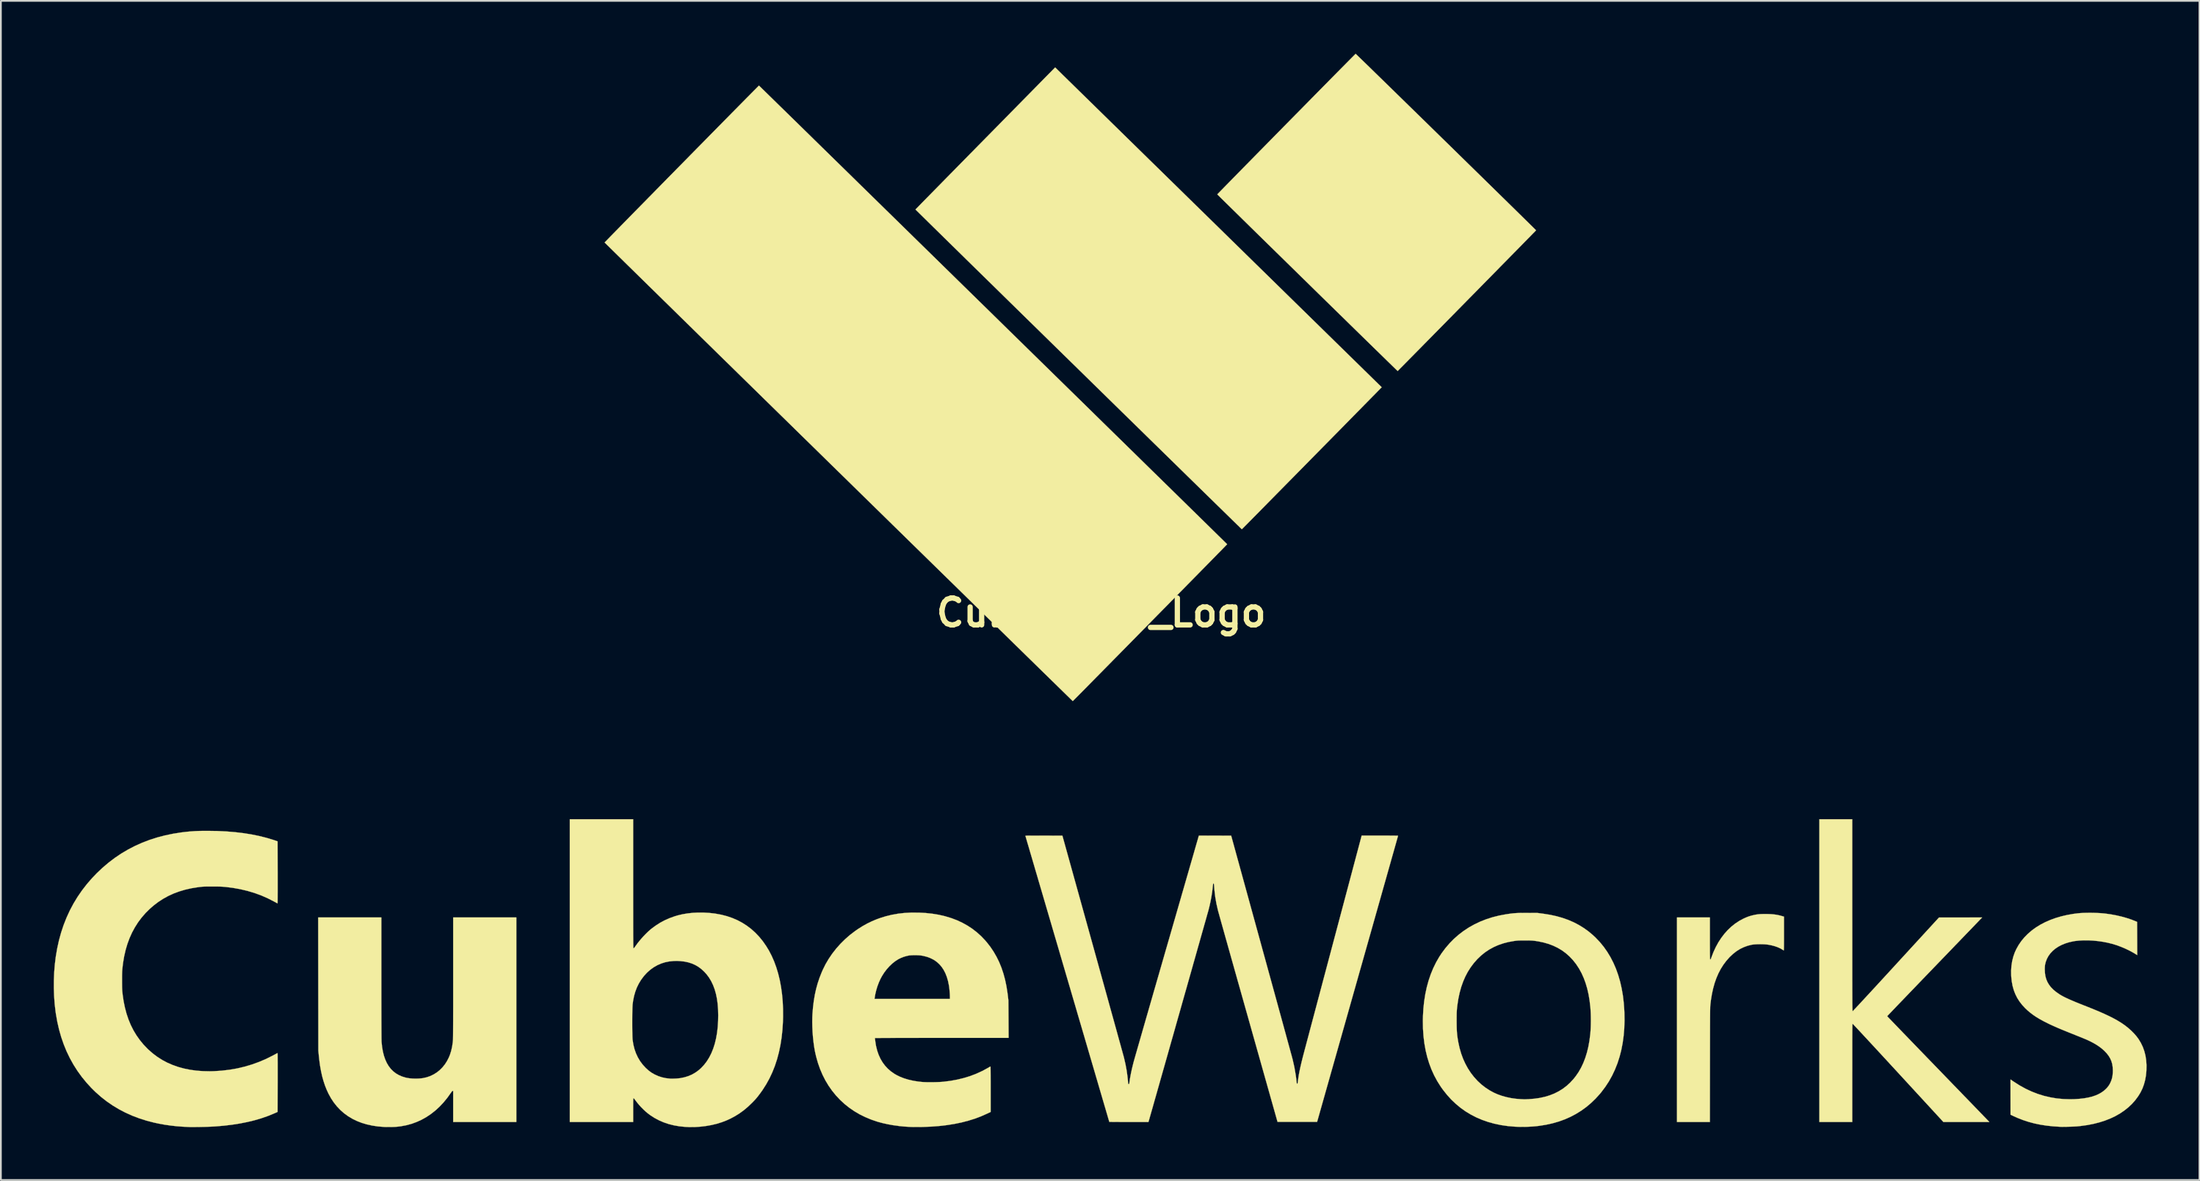
<source format=kicad_pcb>
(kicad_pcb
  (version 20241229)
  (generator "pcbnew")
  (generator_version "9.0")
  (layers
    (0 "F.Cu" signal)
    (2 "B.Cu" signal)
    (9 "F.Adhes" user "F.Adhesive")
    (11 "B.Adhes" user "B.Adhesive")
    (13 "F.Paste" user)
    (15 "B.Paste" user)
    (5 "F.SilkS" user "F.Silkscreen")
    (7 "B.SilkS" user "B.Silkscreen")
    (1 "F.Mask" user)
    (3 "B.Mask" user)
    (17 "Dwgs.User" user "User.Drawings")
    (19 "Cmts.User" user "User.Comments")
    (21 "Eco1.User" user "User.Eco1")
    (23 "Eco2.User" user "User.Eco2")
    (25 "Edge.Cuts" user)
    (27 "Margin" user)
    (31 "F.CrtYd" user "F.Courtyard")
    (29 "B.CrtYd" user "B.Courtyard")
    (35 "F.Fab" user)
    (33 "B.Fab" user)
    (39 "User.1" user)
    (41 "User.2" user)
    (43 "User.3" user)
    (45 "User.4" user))
  (footprint "CubeWorks_Logo"
    (layer "F.Cu")
    (at 59.428 31.727)
    (property "Reference" "CubeWorks_Logo" (at 0 0 0) (layer "F.SilkS") (effects (font (size 1.524 1.524) (thickness 0.3))))
    (attr through_hole)
    (fp_poly (pts (xy -40.843 20.742) (xy -40.843 21.147) (xy -40.843 21.529) (xy -40.843 21.888) (xy -40.842 22.224) (xy -40.842 22.535) (xy -40.841 22.823) (xy -40.841 23.086) (xy -40.84 23.326) (xy -40.839 23.541) (xy -40.838 23.732) (xy -40.837 23.898) (xy -40.836 24.04) (xy -40.835 24.157) (xy -40.833 24.249) (xy -40.832 24.315) (xy -40.83 24.357) (xy -40.83 24.364) (xy -40.801 24.642) (xy -40.757 24.9) (xy -40.698 25.138) (xy -40.624 25.355) (xy -40.534 25.553) (xy -40.429 25.73) (xy -40.309 25.888) (xy -40.173 26.026) (xy -40.021 26.144) (xy -39.853 26.243) (xy -39.67 26.323) (xy -39.471 26.384) (xy -39.387 26.403) (xy -39.235 26.427) (xy -39.068 26.441) (xy -38.894 26.446) (xy -38.72 26.441) (xy -38.555 26.426) (xy -38.481 26.416) (xy -38.268 26.368) (xy -38.066 26.298) (xy -37.874 26.205) (xy -37.694 26.092) (xy -37.527 25.958) (xy -37.375 25.805) (xy -37.237 25.634) (xy -37.116 25.445) (xy -37.011 25.239) (xy -36.95 25.089) (xy -36.883 24.877) (xy -36.83 24.645) (xy -36.792 24.395) (xy -36.78 24.274) (xy -36.778 24.243) (xy -36.777 24.19) (xy -36.776 24.113) (xy -36.774 24.012) (xy -36.773 23.888) (xy -36.772 23.74) (xy -36.771 23.568) (xy -36.77 23.372) (xy -36.769 23.152) (xy -36.769 22.908) (xy -36.768 22.639) (xy -36.767 22.346) (xy -36.767 22.028) (xy -36.767 21.685) (xy -36.767 21.317) (xy -36.767 20.923) (xy -36.767 20.708) (xy -36.767 17.297) (xy -33.185 17.297) (xy -33.185 28.905) (xy -36.767 28.905) (xy -36.767 27.14) (xy -36.795 27.14) (xy -36.813 27.147) (xy -36.836 27.167) (xy -36.866 27.205) (xy -36.894 27.245) (xy -37.099 27.532) (xy -37.315 27.796) (xy -37.543 28.038) (xy -37.781 28.257) (xy -38.031 28.453) (xy -38.291 28.627) (xy -38.561 28.778) (xy -38.842 28.906) (xy -39.133 29.011) (xy -39.433 29.092) (xy -39.743 29.15) (xy -39.917 29.171) (xy -40.01 29.179) (xy -40.121 29.185) (xy -40.244 29.189) (xy -40.374 29.19) (xy -40.502 29.19) (xy -40.622 29.188) (xy -40.697 29.185) (xy -41.034 29.158) (xy -41.356 29.11) (xy -41.662 29.043) (xy -41.952 28.957) (xy -42.227 28.85) (xy -42.486 28.724) (xy -42.728 28.578) (xy -42.955 28.413) (xy -43.165 28.229) (xy -43.359 28.025) (xy -43.537 27.802) (xy -43.698 27.559) (xy -43.842 27.298) (xy -43.941 27.084) (xy -44.039 26.838) (xy -44.125 26.58) (xy -44.201 26.307) (xy -44.265 26.017) (xy -44.32 25.709) (xy -44.364 25.381) (xy -44.389 25.152) (xy -44.417 24.86) (xy -44.426 17.297) (xy -40.843 17.297) (xy -40.843 20.742)) (stroke (width 0.01) (type solid)) (fill yes) (layer "F.SilkS"))
    (fp_poly (pts (xy 37.836 17.103) (xy 37.991 17.109) (xy 38.13 17.12) (xy 38.258 17.136) (xy 38.381 17.157) (xy 38.502 17.185) (xy 38.598 17.211) (xy 38.735 17.25) (xy 38.735 18.214) (xy 38.735 18.4) (xy 38.735 18.561) (xy 38.734 18.7) (xy 38.734 18.818) (xy 38.733 18.916) (xy 38.732 18.996) (xy 38.73 19.058) (xy 38.728 19.106) (xy 38.726 19.139) (xy 38.724 19.159) (xy 38.721 19.169) (xy 38.719 19.169) (xy 38.7 19.157) (xy 38.668 19.136) (xy 38.652 19.126) (xy 38.526 19.052) (xy 38.378 18.985) (xy 38.212 18.927) (xy 38.031 18.879) (xy 37.837 18.841) (xy 37.821 18.839) (xy 37.729 18.828) (xy 37.62 18.82) (xy 37.5 18.815) (xy 37.375 18.814) (xy 37.249 18.816) (xy 37.13 18.821) (xy 37.023 18.829) (xy 36.933 18.841) (xy 36.906 18.845) (xy 36.676 18.902) (xy 36.456 18.982) (xy 36.247 19.083) (xy 36.046 19.208) (xy 35.854 19.357) (xy 35.669 19.53) (xy 35.635 19.565) (xy 35.455 19.77) (xy 35.292 19.989) (xy 35.145 20.223) (xy 35.015 20.472) (xy 34.9 20.739) (xy 34.8 21.022) (xy 34.716 21.324) (xy 34.646 21.646) (xy 34.59 21.987) (xy 34.56 22.238) (xy 34.558 22.26) (xy 34.556 22.286) (xy 34.554 22.316) (xy 34.552 22.35) (xy 34.55 22.391) (xy 34.549 22.438) (xy 34.548 22.493) (xy 34.546 22.556) (xy 34.545 22.63) (xy 34.544 22.714) (xy 34.543 22.809) (xy 34.542 22.917) (xy 34.541 23.039) (xy 34.541 23.175) (xy 34.54 23.327) (xy 34.539 23.495) (xy 34.539 23.68) (xy 34.538 23.884) (xy 34.538 24.107) (xy 34.537 24.35) (xy 34.537 24.614) (xy 34.536 24.901) (xy 34.536 25.21) (xy 34.535 25.544) (xy 34.535 25.67) (xy 34.531 28.905) (xy 32.664 28.905) (xy 32.664 17.297) (xy 34.531 17.297) (xy 34.531 18.491) (xy 34.531 18.692) (xy 34.531 18.87) (xy 34.532 19.025) (xy 34.532 19.159) (xy 34.532 19.273) (xy 34.533 19.37) (xy 34.534 19.45) (xy 34.535 19.516) (xy 34.536 19.568) (xy 34.537 19.608) (xy 34.539 19.638) (xy 34.541 19.659) (xy 34.544 19.673) (xy 34.547 19.681) (xy 34.55 19.684) (xy 34.554 19.685) (xy 34.567 19.678) (xy 34.581 19.656) (xy 34.599 19.616) (xy 34.619 19.561) (xy 34.735 19.259) (xy 34.867 18.974) (xy 35.015 18.705) (xy 35.179 18.454) (xy 35.356 18.222) (xy 35.547 18.009) (xy 35.752 17.815) (xy 35.968 17.643) (xy 36.197 17.492) (xy 36.417 17.373) (xy 36.545 17.314) (xy 36.66 17.266) (xy 36.773 17.226) (xy 36.891 17.192) (xy 36.945 17.178) (xy 37.051 17.154) (xy 37.146 17.135) (xy 37.238 17.121) (xy 37.332 17.111) (xy 37.434 17.105) (xy 37.551 17.102) (xy 37.662 17.102) (xy 37.836 17.103)) (stroke (width 0.01) (type solid)) (fill yes) (layer "F.SilkS"))
    (fp_poly (pts (xy -2.274 -30.617) (xy -2.25 -30.593) (xy -2.208 -30.551) (xy -2.148 -30.493) (xy -2.072 -30.418) (xy -1.979 -30.327) (xy -1.87 -30.22) (xy -1.745 -30.098) (xy -1.605 -29.961) (xy -1.45 -29.809) (xy -1.281 -29.643) (xy -1.097 -29.463) (xy -0.9 -29.27) (xy -0.69 -29.064) (xy -0.466 -28.845) (xy -0.231 -28.614) (xy 0.017 -28.371) (xy 0.277 -28.117) (xy 0.547 -27.852) (xy 0.829 -27.576) (xy 1.12 -27.29) (xy 1.422 -26.994) (xy 1.734 -26.689) (xy 2.054 -26.375) (xy 2.384 -26.052) (xy 2.721 -25.721) (xy 3.067 -25.383) (xy 3.42 -25.037) (xy 3.781 -24.683) (xy 4.148 -24.324) (xy 4.521 -23.958) (xy 4.901 -23.586) (xy 5.286 -23.209) (xy 5.676 -22.827) (xy 6.071 -22.44) (xy 6.47 -22.049) (xy 6.873 -21.654) (xy 6.989 -21.54) (xy 15.912 -12.797) (xy 15.662 -12.542) (xy 15.529 -12.406) (xy 15.384 -12.259) (xy 15.229 -12.101) (xy 15.064 -11.933) (xy 14.889 -11.755) (xy 14.706 -11.568) (xy 14.514 -11.374) (xy 14.315 -11.172) (xy 14.11 -10.963) (xy 13.899 -10.748) (xy 13.682 -10.527) (xy 13.461 -10.302) (xy 13.235 -10.073) (xy 13.007 -9.841) (xy 12.776 -9.606) (xy 12.542 -9.369) (xy 12.308 -9.131) (xy 12.073 -8.893) (xy 11.838 -8.654) (xy 11.604 -8.416) (xy 11.372 -8.18) (xy 11.141 -7.946) (xy 10.914 -7.715) (xy 10.689 -7.487) (xy 10.469 -7.264) (xy 10.254 -7.045) (xy 10.044 -6.832) (xy 9.841 -6.626) (xy 9.644 -6.426) (xy 9.455 -6.234) (xy 9.274 -6.05) (xy 9.102 -5.876) (xy 8.94 -5.711) (xy 8.788 -5.557) (xy 8.646 -5.414) (xy 8.517 -5.282) (xy 8.399 -5.163) (xy 8.295 -5.057) (xy 8.204 -4.965) (xy 8.127 -4.888) (xy 8.066 -4.826) (xy 8.02 -4.78) (xy 7.99 -4.75) (xy 7.978 -4.738) (xy 7.977 -4.737) (xy 7.968 -4.746) (xy 7.941 -4.772) (xy 7.896 -4.816) (xy 7.835 -4.876) (xy 7.757 -4.952) (xy 7.662 -5.044) (xy 7.552 -5.152) (xy 7.426 -5.274) (xy 7.286 -5.412) (xy 7.13 -5.564) (xy 6.96 -5.73) (xy 6.777 -5.91) (xy 6.579 -6.103) (xy 6.369 -6.309) (xy 6.145 -6.528) (xy 5.909 -6.759) (xy 5.662 -7.001) (xy 5.402 -7.255) (xy 5.131 -7.52) (xy 4.849 -7.796) (xy 4.557 -8.082) (xy 4.255 -8.379) (xy 3.943 -8.684) (xy 3.621 -8.999) (xy 3.291 -9.323) (xy 2.951 -9.655) (xy 2.604 -9.995) (xy 2.249 -10.343) (xy 1.886 -10.699) (xy 1.516 -11.061) (xy 1.139 -11.43) (xy 0.756 -11.805) (xy 0.367 -12.186) (xy -0.027 -12.573) (xy -0.427 -12.964) (xy -0.831 -13.361) (xy -1.24 -13.761) (xy -1.286 -13.807) (xy -1.696 -14.208) (xy -2.101 -14.605) (xy -2.501 -14.997) (xy -2.896 -15.384) (xy -3.286 -15.766) (xy -3.669 -16.142) (xy -4.046 -16.511) (xy -4.417 -16.875) (xy -4.78 -17.231) (xy -5.136 -17.58) (xy -5.484 -17.921) (xy -5.824 -18.255) (xy -6.155 -18.58) (xy -6.478 -18.896) (xy -6.791 -19.203) (xy -7.094 -19.5) (xy -7.387 -19.788) (xy -7.67 -20.065) (xy -7.941 -20.332) (xy -8.202 -20.588) (xy -8.451 -20.832) (xy -8.687 -21.064) (xy -8.912 -21.285) (xy -9.123 -21.493) (xy -9.322 -21.688) (xy -9.507 -21.869) (xy -9.678 -22.037) (xy -9.834 -22.191) (xy -9.976 -22.331) (xy -10.103 -22.456) (xy -10.215 -22.566) (xy -10.311 -22.66) (xy -10.39 -22.739) (xy -10.453 -22.801) (xy -10.499 -22.847) (xy -10.527 -22.875) (xy -10.538 -22.887) (xy -10.538 -22.887) (xy -10.529 -22.897) (xy -10.503 -22.924) (xy -10.46 -22.968) (xy -10.401 -23.029) (xy -10.326 -23.105) (xy -10.237 -23.197) (xy -10.133 -23.303) (xy -10.015 -23.423) (xy -9.883 -23.557) (xy -9.739 -23.704) (xy -9.583 -23.863) (xy -9.416 -24.033) (xy -9.237 -24.215) (xy -9.048 -24.408) (xy -8.849 -24.611) (xy -8.641 -24.823) (xy -8.423 -25.044) (xy -8.198 -25.273) (xy -7.965 -25.51) (xy -7.725 -25.754) (xy -7.479 -26.005) (xy -7.226 -26.261) (xy -6.969 -26.523) (xy -6.706 -26.79) (xy -6.574 -26.924) (xy -2.614 -30.951) (xy -2.274 -30.617)) (stroke (width 0.01) (type solid)) (fill yes) (layer "F.SilkS"))
    (fp_poly (pts (xy 42.608 17.17) (xy 42.609 17.614) (xy 42.609 18.033) (xy 42.609 18.428) (xy 42.609 18.8) (xy 42.609 19.149) (xy 42.609 19.476) (xy 42.609 19.782) (xy 42.609 20.067) (xy 42.609 20.333) (xy 42.609 20.58) (xy 42.609 20.808) (xy 42.61 21.019) (xy 42.61 21.213) (xy 42.61 21.391) (xy 42.611 21.553) (xy 42.611 21.7) (xy 42.612 21.833) (xy 42.612 21.953) (xy 42.613 22.06) (xy 42.613 22.155) (xy 42.614 22.238) (xy 42.615 22.311) (xy 42.616 22.374) (xy 42.617 22.428) (xy 42.618 22.474) (xy 42.619 22.512) (xy 42.62 22.542) (xy 42.621 22.567) (xy 42.623 22.585) (xy 42.624 22.599) (xy 42.625 22.608) (xy 42.627 22.614) (xy 42.629 22.617) (xy 42.631 22.618) (xy 42.631 22.618) (xy 42.641 22.609) (xy 42.668 22.581) (xy 42.711 22.536) (xy 42.77 22.474) (xy 42.843 22.397) (xy 42.93 22.303) (xy 43.031 22.195) (xy 43.145 22.072) (xy 43.271 21.936) (xy 43.409 21.786) (xy 43.559 21.625) (xy 43.719 21.451) (xy 43.889 21.267) (xy 44.068 21.072) (xy 44.257 20.867) (xy 44.453 20.653) (xy 44.658 20.431) (xy 44.869 20.2) (xy 45.087 19.963) (xy 45.091 19.958) (xy 47.53 17.299) (xy 49.977 17.297) (xy 49.736 17.548) (xy 49.707 17.579) (xy 49.66 17.627) (xy 49.598 17.692) (xy 49.521 17.772) (xy 49.429 17.867) (xy 49.323 17.977) (xy 49.205 18.1) (xy 49.074 18.235) (xy 48.933 18.382) (xy 48.781 18.54) (xy 48.62 18.708) (xy 48.449 18.884) (xy 48.271 19.07) (xy 48.086 19.262) (xy 47.894 19.461) (xy 47.696 19.666) (xy 47.494 19.876) (xy 47.288 20.09) (xy 47.078 20.308) (xy 47.042 20.345) (xy 46.835 20.56) (xy 46.633 20.77) (xy 46.437 20.974) (xy 46.246 21.173) (xy 46.062 21.364) (xy 45.885 21.547) (xy 45.717 21.723) (xy 45.558 21.889) (xy 45.408 22.045) (xy 45.268 22.19) (xy 45.139 22.324) (xy 45.023 22.446) (xy 44.918 22.555) (xy 44.827 22.651) (xy 44.749 22.732) (xy 44.686 22.798) (xy 44.638 22.849) (xy 44.606 22.882) (xy 44.591 22.899) (xy 44.59 22.901) (xy 44.598 22.91) (xy 44.624 22.938) (xy 44.666 22.982) (xy 44.724 23.042) (xy 44.797 23.118) (xy 44.884 23.209) (xy 44.985 23.314) (xy 45.099 23.432) (xy 45.226 23.564) (xy 45.364 23.707) (xy 45.513 23.862) (xy 45.673 24.027) (xy 45.842 24.203) (xy 46.021 24.388) (xy 46.208 24.582) (xy 46.403 24.784) (xy 46.606 24.993) (xy 46.814 25.209) (xy 47.029 25.431) (xy 47.249 25.658) (xy 47.463 25.88) (xy 47.688 26.112) (xy 47.907 26.339) (xy 48.122 26.561) (xy 48.331 26.778) (xy 48.534 26.987) (xy 48.73 27.189) (xy 48.917 27.384) (xy 49.097 27.569) (xy 49.267 27.745) (xy 49.428 27.911) (xy 49.578 28.067) (xy 49.717 28.21) (xy 49.844 28.342) (xy 49.959 28.461) (xy 50.061 28.567) (xy 50.149 28.658) (xy 50.223 28.734) (xy 50.282 28.795) (xy 50.325 28.84) (xy 50.351 28.868) (xy 50.361 28.878) (xy 50.385 28.905) (xy 47.779 28.905) (xy 45.217 26.121) (xy 45.008 25.894) (xy 44.803 25.672) (xy 44.604 25.455) (xy 44.41 25.245) (xy 44.222 25.041) (xy 44.042 24.846) (xy 43.869 24.659) (xy 43.704 24.481) (xy 43.549 24.314) (xy 43.404 24.156) (xy 43.268 24.011) (xy 43.144 23.877) (xy 43.032 23.756) (xy 42.932 23.649) (xy 42.845 23.556) (xy 42.772 23.479) (xy 42.714 23.416) (xy 42.67 23.371) (xy 42.643 23.343) (xy 42.632 23.332) (xy 42.632 23.332) (xy 42.629 23.332) (xy 42.627 23.335) (xy 42.624 23.34) (xy 42.622 23.349) (xy 42.62 23.364) (xy 42.619 23.384) (xy 42.617 23.411) (xy 42.616 23.446) (xy 42.615 23.491) (xy 42.614 23.545) (xy 42.613 23.61) (xy 42.612 23.687) (xy 42.611 23.776) (xy 42.611 23.88) (xy 42.61 23.999) (xy 42.61 24.133) (xy 42.609 24.284) (xy 42.609 24.453) (xy 42.609 24.641) (xy 42.609 24.849) (xy 42.609 25.077) (xy 42.609 25.327) (xy 42.609 25.6) (xy 42.609 25.897) (xy 42.608 26.117) (xy 42.608 28.905) (xy 40.742 28.905) (xy 40.742 11.722) (xy 42.608 11.722) (xy 42.608 17.17)) (stroke (width 0.01) (type solid)) (fill yes) (layer "F.SilkS"))
    (fp_poly (pts (xy 14.443 -31.714) (xy 14.471 -31.688) (xy 14.515 -31.645) (xy 14.575 -31.587) (xy 14.651 -31.514) (xy 14.743 -31.425) (xy 14.848 -31.323) (xy 14.967 -31.207) (xy 15.1 -31.078) (xy 15.245 -30.937) (xy 15.401 -30.784) (xy 15.569 -30.62) (xy 15.748 -30.446) (xy 15.937 -30.262) (xy 16.135 -30.068) (xy 16.342 -29.866) (xy 16.557 -29.656) (xy 16.779 -29.439) (xy 17.008 -29.215) (xy 17.244 -28.984) (xy 17.485 -28.749) (xy 17.732 -28.508) (xy 17.982 -28.263) (xy 18.237 -28.014) (xy 18.495 -27.762) (xy 18.755 -27.507) (xy 19.017 -27.251) (xy 19.28 -26.993) (xy 19.544 -26.735) (xy 19.808 -26.477) (xy 20.071 -26.219) (xy 20.333 -25.962) (xy 20.594 -25.707) (xy 20.851 -25.455) (xy 21.106 -25.206) (xy 21.357 -24.96) (xy 21.604 -24.718) (xy 21.845 -24.481) (xy 22.081 -24.25) (xy 22.311 -24.025) (xy 22.534 -23.806) (xy 22.749 -23.595) (xy 22.957 -23.392) (xy 23.155 -23.197) (xy 23.345 -23.011) (xy 23.524 -22.835) (xy 23.693 -22.669) (xy 23.85 -22.515) (xy 23.996 -22.371) (xy 24.129 -22.24) (xy 24.249 -22.122) (xy 24.355 -22.017) (xy 24.447 -21.927) (xy 24.524 -21.851) (xy 24.585 -21.79) (xy 24.631 -21.745) (xy 24.659 -21.716) (xy 24.67 -21.704) (xy 24.67 -21.704) (xy 24.661 -21.695) (xy 24.635 -21.668) (xy 24.593 -21.624) (xy 24.535 -21.565) (xy 24.461 -21.49) (xy 24.374 -21.4) (xy 24.273 -21.297) (xy 24.159 -21.181) (xy 24.032 -21.052) (xy 23.894 -20.911) (xy 23.745 -20.759) (xy 23.586 -20.597) (xy 23.418 -20.426) (xy 23.24 -20.245) (xy 23.055 -20.056) (xy 22.862 -19.86) (xy 22.662 -19.657) (xy 22.457 -19.447) (xy 22.246 -19.232) (xy 22.03 -19.013) (xy 21.81 -18.79) (xy 21.587 -18.563) (xy 21.362 -18.333) (xy 21.135 -18.102) (xy 20.906 -17.87) (xy 20.677 -17.637) (xy 20.448 -17.404) (xy 20.22 -17.172) (xy 19.994 -16.942) (xy 19.77 -16.715) (xy 19.549 -16.49) (xy 19.331 -16.269) (xy 19.118 -16.052) (xy 18.91 -15.841) (xy 18.708 -15.636) (xy 18.512 -15.437) (xy 18.323 -15.245) (xy 18.143 -15.061) (xy 17.97 -14.886) (xy 17.807 -14.721) (xy 17.654 -14.565) (xy 17.511 -14.421) (xy 17.38 -14.287) (xy 17.26 -14.166) (xy 17.154 -14.058) (xy 17.061 -13.964) (xy 16.981 -13.884) (xy 16.917 -13.819) (xy 16.868 -13.769) (xy 16.835 -13.736) (xy 16.819 -13.721) (xy 16.817 -13.719) (xy 16.808 -13.728) (xy 16.781 -13.754) (xy 16.736 -13.796) (xy 16.676 -13.855) (xy 16.599 -13.93) (xy 16.506 -14.02) (xy 16.399 -14.125) (xy 16.276 -14.244) (xy 16.14 -14.377) (xy 15.991 -14.523) (xy 15.828 -14.682) (xy 15.653 -14.853) (xy 15.465 -15.036) (xy 15.267 -15.23) (xy 15.057 -15.435) (xy 14.837 -15.65) (xy 14.607 -15.875) (xy 14.368 -16.109) (xy 14.119 -16.352) (xy 13.863 -16.604) (xy 13.598 -16.863) (xy 13.326 -17.129) (xy 13.047 -17.402) (xy 12.762 -17.681) (xy 12.471 -17.966) (xy 12.174 -18.257) (xy 11.873 -18.552) (xy 11.697 -18.725) (xy 11.393 -19.022) (xy 11.094 -19.316) (xy 10.8 -19.604) (xy 10.511 -19.887) (xy 10.229 -20.164) (xy 9.953 -20.434) (xy 9.684 -20.698) (xy 9.423 -20.954) (xy 9.17 -21.202) (xy 8.925 -21.442) (xy 8.69 -21.673) (xy 8.464 -21.894) (xy 8.249 -22.106) (xy 8.044 -22.307) (xy 7.851 -22.497) (xy 7.669 -22.676) (xy 7.499 -22.843) (xy 7.342 -22.997) (xy 7.199 -23.138) (xy 7.069 -23.266) (xy 6.953 -23.38) (xy 6.852 -23.479) (xy 6.767 -23.564) (xy 6.697 -23.633) (xy 6.644 -23.686) (xy 6.607 -23.722) (xy 6.588 -23.742) (xy 6.585 -23.745) (xy 6.594 -23.755) (xy 6.62 -23.782) (xy 6.662 -23.826) (xy 6.72 -23.886) (xy 6.793 -23.961) (xy 6.881 -24.051) (xy 6.982 -24.155) (xy 7.096 -24.272) (xy 7.223 -24.401) (xy 7.361 -24.542) (xy 7.51 -24.694) (xy 7.669 -24.856) (xy 7.838 -25.028) (xy 8.015 -25.209) (xy 8.201 -25.398) (xy 8.394 -25.594) (xy 8.594 -25.798) (xy 8.799 -26.007) (xy 9.01 -26.222) (xy 9.226 -26.441) (xy 9.446 -26.665) (xy 9.669 -26.892) (xy 9.894 -27.121) (xy 10.122 -27.352) (xy 10.35 -27.585) (xy 10.579 -27.817) (xy 10.808 -28.05) (xy 11.036 -28.281) (xy 11.263 -28.511) (xy 11.487 -28.739) (xy 11.708 -28.963) (xy 11.925 -29.184) (xy 12.138 -29.4) (xy 12.346 -29.611) (xy 12.548 -29.817) (xy 12.744 -30.015) (xy 12.932 -30.206) (xy 13.113 -30.39) (xy 13.285 -30.564) (xy 13.448 -30.729) (xy 13.601 -30.884) (xy 13.744 -31.028) (xy 13.875 -31.161) (xy 13.994 -31.281) (xy 14.1 -31.388) (xy 14.193 -31.482) (xy 14.272 -31.561) (xy 14.336 -31.626) (xy 14.384 -31.674) (xy 14.417 -31.706) (xy 14.432 -31.721) (xy 14.434 -31.722) (xy 14.443 -31.714)) (stroke (width 0.01) (type solid)) (fill yes) (layer "F.SilkS"))
    (fp_poly (pts (xy -10.363 17.023) (xy -9.964 17.044) (xy -9.58 17.085) (xy -9.212 17.146) (xy -8.858 17.228) (xy -8.52 17.33) (xy -8.196 17.451) (xy -7.889 17.593) (xy -7.596 17.755) (xy -7.319 17.937) (xy -7.058 18.139) (xy -6.812 18.36) (xy -6.582 18.602) (xy -6.493 18.706) (xy -6.288 18.969) (xy -6.104 19.244) (xy -5.938 19.532) (xy -5.79 19.834) (xy -5.661 20.15) (xy -5.55 20.482) (xy -5.456 20.831) (xy -5.379 21.197) (xy -5.319 21.581) (xy -5.306 21.679) (xy -5.268 22.003) (xy -5.261 23.066) (xy -5.255 24.13) (xy -9.047 24.13) (xy -9.356 24.13) (xy -9.658 24.13) (xy -9.953 24.13) (xy -10.238 24.13) (xy -10.515 24.131) (xy -10.78 24.131) (xy -11.034 24.131) (xy -11.276 24.132) (xy -11.504 24.132) (xy -11.718 24.133) (xy -11.916 24.133) (xy -12.097 24.134) (xy -12.262 24.134) (xy -12.407 24.135) (xy -12.534 24.136) (xy -12.64 24.136) (xy -12.724 24.137) (xy -12.786 24.138) (xy -12.825 24.139) (xy -12.84 24.139) (xy -12.84 24.14) (xy -12.837 24.171) (xy -12.832 24.221) (xy -12.824 24.285) (xy -12.814 24.357) (xy -12.803 24.431) (xy -12.792 24.501) (xy -12.782 24.562) (xy -12.775 24.599) (xy -12.712 24.853) (xy -12.63 25.091) (xy -12.529 25.312) (xy -12.408 25.518) (xy -12.269 25.706) (xy -12.111 25.877) (xy -11.934 26.032) (xy -11.738 26.169) (xy -11.626 26.235) (xy -11.417 26.339) (xy -11.187 26.428) (xy -10.939 26.503) (xy -10.671 26.564) (xy -10.387 26.61) (xy -10.173 26.633) (xy -10.074 26.64) (xy -9.955 26.645) (xy -9.82 26.648) (xy -9.676 26.648) (xy -9.528 26.647) (xy -9.379 26.644) (xy -9.236 26.639) (xy -9.103 26.632) (xy -8.987 26.624) (xy -8.954 26.621) (xy -8.548 26.57) (xy -8.158 26.498) (xy -7.782 26.406) (xy -7.421 26.294) (xy -7.074 26.16) (xy -6.74 26.006) (xy -6.465 25.857) (xy -6.405 25.823) (xy -6.353 25.793) (xy -6.312 25.771) (xy -6.288 25.758) (xy -6.282 25.756) (xy -6.281 25.768) (xy -6.28 25.804) (xy -6.279 25.862) (xy -6.278 25.941) (xy -6.277 26.038) (xy -6.276 26.152) (xy -6.275 26.281) (xy -6.275 26.424) (xy -6.274 26.579) (xy -6.274 26.744) (xy -6.274 26.918) (xy -6.274 27.045) (xy -6.274 28.335) (xy -6.487 28.437) (xy -6.821 28.585) (xy -7.172 28.717) (xy -7.54 28.832) (xy -7.925 28.932) (xy -8.328 29.015) (xy -8.749 29.082) (xy -9.189 29.133) (xy -9.647 29.168) (xy -10.125 29.187) (xy -10.236 29.189) (xy -10.349 29.19) (xy -10.47 29.19) (xy -10.593 29.19) (xy -10.71 29.188) (xy -10.813 29.185) (xy -10.871 29.183) (xy -11.177 29.164) (xy -11.487 29.133) (xy -11.796 29.09) (xy -12.097 29.036) (xy -12.385 28.973) (xy -12.656 28.901) (xy -12.7 28.888) (xy -13.05 28.769) (xy -13.385 28.63) (xy -13.705 28.472) (xy -14.008 28.294) (xy -14.295 28.097) (xy -14.565 27.882) (xy -14.817 27.649) (xy -15.053 27.398) (xy -15.27 27.13) (xy -15.469 26.846) (xy -15.65 26.545) (xy -15.811 26.228) (xy -15.953 25.895) (xy -16.075 25.548) (xy -16.177 25.185) (xy -16.238 24.917) (xy -16.284 24.661) (xy -16.322 24.387) (xy -16.353 24.101) (xy -16.376 23.809) (xy -16.39 23.517) (xy -16.396 23.231) (xy -16.392 22.957) (xy -16.383 22.777) (xy -16.352 22.396) (xy -16.308 22.035) (xy -16.288 21.92) (xy -12.866 21.92) (xy -8.585 21.92) (xy -8.585 21.784) (xy -8.587 21.697) (xy -8.593 21.594) (xy -8.602 21.48) (xy -8.614 21.364) (xy -8.627 21.253) (xy -8.641 21.155) (xy -8.642 21.151) (xy -8.693 20.901) (xy -8.76 20.671) (xy -8.843 20.46) (xy -8.942 20.27) (xy -9.057 20.098) (xy -9.189 19.947) (xy -9.336 19.814) (xy -9.5 19.701) (xy -9.681 19.608) (xy -9.877 19.534) (xy -10.091 19.479) (xy -10.231 19.454) (xy -10.296 19.447) (xy -10.378 19.442) (xy -10.471 19.439) (xy -10.57 19.438) (xy -10.668 19.439) (xy -10.76 19.442) (xy -10.839 19.447) (xy -10.9 19.453) (xy -10.909 19.455) (xy -11.067 19.49) (xy -11.225 19.538) (xy -11.375 19.598) (xy -11.506 19.663) (xy -11.68 19.773) (xy -11.85 19.907) (xy -12.013 20.061) (xy -12.167 20.233) (xy -12.31 20.421) (xy -12.436 20.618) (xy -12.534 20.801) (xy -12.623 21.002) (xy -12.702 21.214) (xy -12.767 21.431) (xy -12.818 21.648) (xy -12.839 21.768) (xy -12.847 21.818) (xy -12.854 21.862) (xy -12.859 21.89) (xy -12.86 21.892) (xy -12.866 21.92) (xy -16.288 21.92) (xy -16.25 21.69) (xy -16.177 21.359) (xy -16.089 21.039) (xy -15.985 20.728) (xy -15.865 20.422) (xy -15.799 20.271) (xy -15.643 19.955) (xy -15.463 19.648) (xy -15.261 19.351) (xy -15.039 19.066) (xy -14.798 18.794) (xy -14.539 18.537) (xy -14.263 18.295) (xy -13.971 18.072) (xy -13.799 17.952) (xy -13.535 17.786) (xy -13.275 17.641) (xy -13.014 17.514) (xy -12.746 17.402) (xy -12.566 17.336) (xy -12.227 17.23) (xy -11.884 17.146) (xy -11.535 17.084) (xy -11.177 17.043) (xy -10.806 17.023) (xy -10.776 17.022) (xy -10.363 17.023)) (stroke (width 0.01) (type solid)) (fill yes) (layer "F.SilkS"))
    (fp_poly (pts (xy -26.556 15.386) (xy -26.556 15.748) (xy -26.556 16.085) (xy -26.556 16.398) (xy -26.556 16.689) (xy -26.555 16.957) (xy -26.555 17.205) (xy -26.555 17.432) (xy -26.555 17.64) (xy -26.555 17.829) (xy -26.554 18.001) (xy -26.554 18.156) (xy -26.554 18.295) (xy -26.553 18.418) (xy -26.552 18.528) (xy -26.552 18.624) (xy -26.551 18.708) (xy -26.55 18.78) (xy -26.549 18.841) (xy -26.548 18.893) (xy -26.547 18.935) (xy -26.546 18.969) (xy -26.544 18.996) (xy -26.543 19.016) (xy -26.541 19.031) (xy -26.539 19.04) (xy -26.538 19.046) (xy -26.535 19.049) (xy -26.533 19.05) (xy -26.516 19.039) (xy -26.488 19.009) (xy -26.45 18.96) (xy -26.422 18.92) (xy -26.323 18.782) (xy -26.209 18.638) (xy -26.086 18.493) (xy -25.957 18.35) (xy -25.826 18.215) (xy -25.698 18.091) (xy -25.576 17.983) (xy -25.524 17.94) (xy -25.275 17.756) (xy -25.023 17.595) (xy -24.763 17.456) (xy -24.492 17.336) (xy -24.206 17.233) (xy -24.018 17.177) (xy -23.752 17.114) (xy -23.47 17.067) (xy -23.176 17.035) (xy -22.872 17.02) (xy -22.563 17.021) (xy -22.251 17.038) (xy -21.941 17.072) (xy -21.882 17.081) (xy -21.551 17.142) (xy -21.234 17.224) (xy -20.931 17.328) (xy -20.642 17.452) (xy -20.366 17.599) (xy -20.105 17.766) (xy -19.857 17.954) (xy -19.624 18.164) (xy -19.405 18.394) (xy -19.2 18.645) (xy -19.01 18.918) (xy -18.854 19.175) (xy -18.698 19.476) (xy -18.558 19.795) (xy -18.435 20.132) (xy -18.328 20.487) (xy -18.238 20.857) (xy -18.166 21.243) (xy -18.111 21.644) (xy -18.073 22.059) (xy -18.053 22.486) (xy -18.051 22.926) (xy -18.058 23.197) (xy -18.086 23.658) (xy -18.133 24.102) (xy -18.2 24.531) (xy -18.286 24.943) (xy -18.391 25.339) (xy -18.516 25.72) (xy -18.661 26.085) (xy -18.825 26.434) (xy -19.009 26.767) (xy -19.212 27.086) (xy -19.308 27.221) (xy -19.382 27.323) (xy -19.447 27.408) (xy -19.504 27.481) (xy -19.558 27.547) (xy -19.612 27.61) (xy -19.671 27.674) (xy -19.738 27.744) (xy -19.804 27.812) (xy -20.039 28.037) (xy -20.279 28.239) (xy -20.528 28.42) (xy -20.789 28.582) (xy -21.063 28.726) (xy -21.253 28.813) (xy -21.523 28.917) (xy -21.809 29.006) (xy -22.109 29.078) (xy -22.419 29.133) (xy -22.735 29.171) (xy -23.055 29.192) (xy -23.375 29.194) (xy -23.603 29.183) (xy -23.929 29.151) (xy -24.24 29.097) (xy -24.538 29.023) (xy -24.822 28.927) (xy -25.093 28.81) (xy -25.351 28.672) (xy -25.597 28.512) (xy -25.717 28.422) (xy -25.843 28.317) (xy -25.974 28.195) (xy -26.106 28.062) (xy -26.232 27.923) (xy -26.347 27.783) (xy -26.441 27.657) (xy -26.479 27.606) (xy -26.509 27.573) (xy -26.53 27.559) (xy -26.533 27.559) (xy -26.538 27.56) (xy -26.542 27.564) (xy -26.546 27.574) (xy -26.548 27.591) (xy -26.551 27.617) (xy -26.552 27.655) (xy -26.554 27.705) (xy -26.555 27.772) (xy -26.555 27.855) (xy -26.556 27.958) (xy -26.556 28.083) (xy -26.556 28.23) (xy -26.556 28.905) (xy -30.15 28.905) (xy -30.15 23.279) (xy -26.608 23.279) (xy -26.608 23.43) (xy -26.607 23.578) (xy -26.605 23.718) (xy -26.603 23.85) (xy -26.601 23.969) (xy -26.598 24.072) (xy -26.594 24.158) (xy -26.59 24.222) (xy -26.587 24.246) (xy -26.544 24.516) (xy -26.48 24.772) (xy -26.395 25.013) (xy -26.289 25.24) (xy -26.162 25.453) (xy -26.014 25.651) (xy -25.845 25.835) (xy -25.686 25.98) (xy -25.516 26.106) (xy -25.329 26.213) (xy -25.129 26.302) (xy -24.918 26.371) (xy -24.699 26.418) (xy -24.473 26.444) (xy -24.441 26.446) (xy -24.347 26.448) (xy -24.237 26.445) (xy -24.121 26.44) (xy -24.008 26.431) (xy -23.907 26.42) (xy -23.871 26.415) (xy -23.637 26.367) (xy -23.418 26.298) (xy -23.213 26.209) (xy -23.02 26.098) (xy -22.838 25.965) (xy -22.697 25.839) (xy -22.528 25.658) (xy -22.375 25.457) (xy -22.238 25.236) (xy -22.117 24.997) (xy -22.013 24.738) (xy -21.924 24.461) (xy -21.853 24.165) (xy -21.797 23.85) (xy -21.758 23.517) (xy -21.736 23.165) (xy -21.73 22.85) (xy -21.738 22.517) (xy -21.762 22.203) (xy -21.802 21.909) (xy -21.859 21.633) (xy -21.932 21.375) (xy -22.022 21.136) (xy -22.128 20.914) (xy -22.251 20.71) (xy -22.391 20.522) (xy -22.529 20.37) (xy -22.689 20.223) (xy -22.858 20.098) (xy -23.036 19.994) (xy -23.226 19.91) (xy -23.429 19.846) (xy -23.647 19.8) (xy -23.881 19.773) (xy -24.003 19.766) (xy -24.259 19.767) (xy -24.505 19.792) (xy -24.742 19.84) (xy -24.968 19.911) (xy -25.184 20.006) (xy -25.389 20.123) (xy -25.583 20.263) (xy -25.765 20.425) (xy -25.936 20.61) (xy -25.959 20.639) (xy -26.108 20.839) (xy -26.236 21.05) (xy -26.346 21.273) (xy -26.435 21.51) (xy -26.507 21.762) (xy -26.56 22.031) (xy -26.587 22.228) (xy -26.591 22.282) (xy -26.595 22.359) (xy -26.599 22.456) (xy -26.602 22.568) (xy -26.604 22.695) (xy -26.606 22.832) (xy -26.607 22.977) (xy -26.608 23.127) (xy -26.608 23.279) (xy -30.15 23.279) (xy -30.15 11.722) (xy -26.556 11.722) (xy -26.556 15.386)) (stroke (width 0.01) (type solid)) (fill yes) (layer "F.SilkS"))
    (fp_poly (pts (xy 56.311 17.035) (xy 56.507 17.042) (xy 56.697 17.052) (xy 56.873 17.067) (xy 56.959 17.076) (xy 57.271 17.119) (xy 57.58 17.176) (xy 57.88 17.245) (xy 58.169 17.326) (xy 58.442 17.416) (xy 58.668 17.505) (xy 58.769 17.548) (xy 58.773 18.491) (xy 58.776 19.434) (xy 58.744 19.413) (xy 58.554 19.297) (xy 58.345 19.184) (xy 58.123 19.076) (xy 57.893 18.977) (xy 57.663 18.89) (xy 57.607 18.87) (xy 57.359 18.795) (xy 57.098 18.73) (xy 56.828 18.678) (xy 56.553 18.638) (xy 56.278 18.611) (xy 56.007 18.596) (xy 55.742 18.595) (xy 55.489 18.608) (xy 55.25 18.634) (xy 55.15 18.651) (xy 54.913 18.703) (xy 54.692 18.772) (xy 54.488 18.856) (xy 54.301 18.954) (xy 54.132 19.066) (xy 53.982 19.192) (xy 53.852 19.33) (xy 53.742 19.48) (xy 53.654 19.642) (xy 53.588 19.814) (xy 53.55 19.968) (xy 53.541 20.029) (xy 53.535 20.107) (xy 53.531 20.193) (xy 53.531 20.242) (xy 53.54 20.442) (xy 53.567 20.627) (xy 53.614 20.799) (xy 53.682 20.961) (xy 53.77 21.112) (xy 53.88 21.255) (xy 54.013 21.392) (xy 54.17 21.523) (xy 54.337 21.64) (xy 54.407 21.684) (xy 54.482 21.729) (xy 54.565 21.774) (xy 54.657 21.822) (xy 54.76 21.872) (xy 54.875 21.925) (xy 55.005 21.982) (xy 55.15 22.044) (xy 55.312 22.112) (xy 55.494 22.186) (xy 55.696 22.267) (xy 55.915 22.353) (xy 56.198 22.466) (xy 56.458 22.573) (xy 56.697 22.675) (xy 56.916 22.772) (xy 57.118 22.866) (xy 57.304 22.957) (xy 57.475 23.046) (xy 57.633 23.134) (xy 57.78 23.222) (xy 57.917 23.31) (xy 58.047 23.4) (xy 58.067 23.415) (xy 58.247 23.554) (xy 58.417 23.704) (xy 58.575 23.86) (xy 58.716 24.019) (xy 58.836 24.178) (xy 58.86 24.213) (xy 58.989 24.428) (xy 59.096 24.654) (xy 59.18 24.89) (xy 59.243 25.137) (xy 59.283 25.397) (xy 59.302 25.668) (xy 59.299 25.952) (xy 59.296 26.008) (xy 59.269 26.28) (xy 59.222 26.536) (xy 59.156 26.779) (xy 59.07 27.01) (xy 58.962 27.23) (xy 58.838 27.433) (xy 58.67 27.662) (xy 58.482 27.875) (xy 58.274 28.072) (xy 58.046 28.254) (xy 57.8 28.421) (xy 57.535 28.572) (xy 57.251 28.706) (xy 56.95 28.825) (xy 56.631 28.927) (xy 56.296 29.012) (xy 55.943 29.081) (xy 55.574 29.132) (xy 55.378 29.152) (xy 55.302 29.158) (xy 55.206 29.163) (xy 55.097 29.168) (xy 54.979 29.172) (xy 54.857 29.175) (xy 54.737 29.178) (xy 54.624 29.179) (xy 54.523 29.18) (xy 54.438 29.179) (xy 54.394 29.177) (xy 54.003 29.152) (xy 53.631 29.112) (xy 53.276 29.057) (xy 52.936 28.986) (xy 52.608 28.898) (xy 52.291 28.794) (xy 51.981 28.673) (xy 51.769 28.578) (xy 51.589 28.492) (xy 51.588 27.492) (xy 51.587 26.492) (xy 51.782 26.625) (xy 52.108 26.832) (xy 52.44 27.016) (xy 52.78 27.175) (xy 53.126 27.31) (xy 53.479 27.42) (xy 53.839 27.505) (xy 54.205 27.567) (xy 54.578 27.603) (xy 54.958 27.615) (xy 55.23 27.609) (xy 55.509 27.59) (xy 55.765 27.56) (xy 56.001 27.518) (xy 56.216 27.465) (xy 56.412 27.399) (xy 56.589 27.321) (xy 56.749 27.23) (xy 56.892 27.126) (xy 56.976 27.052) (xy 57.067 26.959) (xy 57.14 26.868) (xy 57.202 26.772) (xy 57.246 26.689) (xy 57.305 26.553) (xy 57.348 26.414) (xy 57.376 26.268) (xy 57.391 26.109) (xy 57.394 25.977) (xy 57.384 25.788) (xy 57.357 25.614) (xy 57.31 25.451) (xy 57.242 25.297) (xy 57.152 25.148) (xy 57.039 25.003) (xy 56.929 24.886) (xy 56.799 24.766) (xy 56.654 24.652) (xy 56.493 24.542) (xy 56.311 24.434) (xy 56.208 24.379) (xy 56.16 24.354) (xy 56.114 24.33) (xy 56.067 24.307) (xy 56.017 24.283) (xy 55.963 24.259) (xy 55.903 24.232) (xy 55.833 24.202) (xy 55.753 24.169) (xy 55.66 24.13) (xy 55.552 24.086) (xy 55.426 24.036) (xy 55.282 23.978) (xy 55.116 23.911) (xy 55.093 23.902) (xy 54.905 23.827) (xy 54.739 23.76) (xy 54.592 23.7) (xy 54.46 23.645) (xy 54.342 23.596) (xy 54.234 23.55) (xy 54.134 23.506) (xy 54.039 23.464) (xy 53.947 23.422) (xy 53.856 23.38) (xy 53.762 23.335) (xy 53.703 23.306) (xy 53.463 23.185) (xy 53.246 23.066) (xy 53.048 22.947) (xy 52.868 22.825) (xy 52.702 22.699) (xy 52.547 22.568) (xy 52.419 22.447) (xy 52.246 22.26) (xy 52.096 22.066) (xy 51.967 21.863) (xy 51.86 21.649) (xy 51.773 21.424) (xy 51.706 21.185) (xy 51.659 20.932) (xy 51.63 20.662) (xy 51.626 20.593) (xy 51.622 20.315) (xy 51.64 20.044) (xy 51.68 19.782) (xy 51.742 19.531) (xy 51.825 19.292) (xy 51.911 19.102) (xy 52.045 18.863) (xy 52.2 18.636) (xy 52.377 18.423) (xy 52.574 18.223) (xy 52.79 18.037) (xy 53.026 17.865) (xy 53.279 17.708) (xy 53.551 17.566) (xy 53.839 17.44) (xy 54.143 17.329) (xy 54.464 17.234) (xy 54.799 17.156) (xy 55.149 17.094) (xy 55.404 17.062) (xy 55.557 17.048) (xy 55.729 17.039) (xy 55.916 17.034) (xy 56.112 17.032) (xy 56.311 17.035)) (stroke (width 0.01) (type solid)) (fill yes) (layer "F.SilkS"))
    (fp_poly (pts (xy -50.146 12.39) (xy -49.632 12.415) (xy -49.138 12.456) (xy -48.663 12.512) (xy -48.207 12.585) (xy -47.77 12.674) (xy -47.352 12.779) (xy -46.953 12.9) (xy -46.914 12.913) (xy -46.73 12.975) (xy -46.726 14.736) (xy -46.726 14.946) (xy -46.726 15.148) (xy -46.726 15.342) (xy -46.726 15.525) (xy -46.726 15.698) (xy -46.726 15.857) (xy -46.727 16.002) (xy -46.727 16.131) (xy -46.728 16.244) (xy -46.728 16.337) (xy -46.729 16.411) (xy -46.73 16.463) (xy -46.731 16.491) (xy -46.731 16.497) (xy -46.744 16.491) (xy -46.776 16.475) (xy -46.823 16.45) (xy -46.881 16.419) (xy -46.944 16.385) (xy -47.3 16.203) (xy -47.669 16.042) (xy -48.05 15.904) (xy -48.444 15.787) (xy -48.851 15.691) (xy -49.271 15.616) (xy -49.663 15.567) (xy -49.738 15.56) (xy -49.808 15.554) (xy -49.877 15.55) (xy -49.95 15.546) (xy -50.029 15.544) (xy -50.12 15.542) (xy -50.226 15.541) (xy -50.35 15.541) (xy -50.444 15.541) (xy -50.573 15.541) (xy -50.68 15.541) (xy -50.769 15.542) (xy -50.844 15.543) (xy -50.909 15.546) (xy -50.966 15.549) (xy -51.021 15.553) (xy -51.076 15.558) (xy -51.136 15.565) (xy -51.203 15.574) (xy -51.262 15.582) (xy -51.627 15.641) (xy -51.975 15.72) (xy -52.308 15.819) (xy -52.626 15.937) (xy -52.93 16.076) (xy -53.22 16.236) (xy -53.497 16.416) (xy -53.762 16.618) (xy -53.976 16.804) (xy -54.218 17.044) (xy -54.44 17.299) (xy -54.642 17.568) (xy -54.823 17.852) (xy -54.985 18.151) (xy -55.127 18.466) (xy -55.249 18.795) (xy -55.351 19.141) (xy -55.434 19.502) (xy -55.497 19.88) (xy -55.519 20.06) (xy -55.528 20.139) (xy -55.536 20.21) (xy -55.541 20.274) (xy -55.546 20.336) (xy -55.549 20.401) (xy -55.551 20.472) (xy -55.553 20.553) (xy -55.554 20.648) (xy -55.554 20.761) (xy -55.554 20.872) (xy -55.554 21.004) (xy -55.553 21.113) (xy -55.552 21.205) (xy -55.551 21.283) (xy -55.548 21.352) (xy -55.545 21.414) (xy -55.541 21.475) (xy -55.535 21.537) (xy -55.527 21.605) (xy -55.52 21.673) (xy -55.465 22.052) (xy -55.391 22.414) (xy -55.299 22.76) (xy -55.188 23.089) (xy -55.058 23.403) (xy -54.908 23.701) (xy -54.738 23.984) (xy -54.549 24.252) (xy -54.34 24.507) (xy -54.111 24.747) (xy -54.057 24.799) (xy -53.81 25.015) (xy -53.55 25.21) (xy -53.276 25.385) (xy -52.988 25.538) (xy -52.685 25.67) (xy -52.369 25.782) (xy -52.039 25.872) (xy -51.694 25.942) (xy -51.335 25.991) (xy -50.961 26.019) (xy -50.573 26.027) (xy -50.349 26.022) (xy -49.901 25.993) (xy -49.46 25.941) (xy -49.027 25.866) (xy -48.603 25.766) (xy -48.188 25.643) (xy -47.782 25.497) (xy -47.386 25.328) (xy -47 25.135) (xy -46.969 25.119) (xy -46.9 25.081) (xy -46.838 25.048) (xy -46.787 25.021) (xy -46.751 25.003) (xy -46.732 24.994) (xy -46.731 24.994) (xy -46.73 25.006) (xy -46.729 25.042) (xy -46.728 25.101) (xy -46.728 25.181) (xy -46.727 25.28) (xy -46.727 25.397) (xy -46.726 25.531) (xy -46.726 25.68) (xy -46.726 25.842) (xy -46.726 26.017) (xy -46.726 26.201) (xy -46.726 26.395) (xy -46.726 26.597) (xy -46.726 26.664) (xy -46.73 28.335) (xy -46.946 28.43) (xy -47.291 28.57) (xy -47.657 28.697) (xy -48.043 28.81) (xy -48.449 28.908) (xy -48.873 28.992) (xy -49.316 29.061) (xy -49.777 29.116) (xy -50.255 29.156) (xy -50.394 29.164) (xy -50.488 29.169) (xy -50.6 29.174) (xy -50.725 29.178) (xy -50.859 29.182) (xy -50.998 29.185) (xy -51.138 29.188) (xy -51.275 29.19) (xy -51.404 29.191) (xy -51.523 29.192) (xy -51.626 29.192) (xy -51.711 29.191) (xy -51.746 29.19) (xy -52.115 29.172) (xy -52.464 29.145) (xy -52.797 29.108) (xy -53.121 29.062) (xy -53.438 29.005) (xy -53.734 28.942) (xy -54.163 28.831) (xy -54.577 28.699) (xy -54.976 28.548) (xy -55.36 28.375) (xy -55.729 28.183) (xy -56.083 27.97) (xy -56.423 27.736) (xy -56.748 27.481) (xy -57.059 27.206) (xy -57.282 26.987) (xy -57.571 26.672) (xy -57.84 26.343) (xy -58.086 26.002) (xy -58.312 25.646) (xy -58.517 25.276) (xy -58.701 24.893) (xy -58.864 24.495) (xy -59.006 24.083) (xy -59.127 23.657) (xy -59.228 23.215) (xy -59.308 22.76) (xy -59.326 22.631) (xy -59.376 22.202) (xy -59.408 21.76) (xy -59.423 21.31) (xy -59.421 20.857) (xy -59.403 20.407) (xy -59.367 19.965) (xy -59.315 19.537) (xy -59.315 19.533) (xy -59.234 19.059) (xy -59.133 18.599) (xy -59.01 18.153) (xy -58.867 17.722) (xy -58.701 17.303) (xy -58.515 16.898) (xy -58.307 16.506) (xy -58.077 16.127) (xy -57.825 15.761) (xy -57.552 15.408) (xy -57.257 15.067) (xy -56.991 14.789) (xy -56.66 14.475) (xy -56.316 14.183) (xy -55.96 13.913) (xy -55.591 13.665) (xy -55.209 13.439) (xy -54.814 13.235) (xy -54.407 13.053) (xy -53.986 12.892) (xy -53.553 12.754) (xy -53.106 12.637) (xy -52.647 12.542) (xy -52.175 12.468) (xy -51.88 12.434) (xy -51.726 12.419) (xy -51.582 12.408) (xy -51.441 12.398) (xy -51.299 12.391) (xy -51.151 12.386) (xy -50.991 12.383) (xy -50.814 12.382) (xy -50.679 12.382) (xy -50.146 12.39)) (stroke (width 0.01) (type solid)) (fill yes) (layer "F.SilkS"))
    (fp_poly (pts (xy 24.181 17.039) (xy 24.746 17.041) (xy 25.089 17.086) (xy 25.466 17.146) (xy 25.825 17.224) (xy 26.168 17.321) (xy 26.495 17.437) (xy 26.807 17.572) (xy 27.103 17.727) (xy 27.385 17.901) (xy 27.653 18.095) (xy 27.907 18.309) (xy 28.045 18.439) (xy 28.286 18.692) (xy 28.507 18.962) (xy 28.709 19.249) (xy 28.893 19.553) (xy 29.057 19.873) (xy 29.203 20.21) (xy 29.329 20.564) (xy 29.437 20.934) (xy 29.525 21.322) (xy 29.595 21.725) (xy 29.645 22.146) (xy 29.676 22.582) (xy 29.681 22.694) (xy 29.688 23.148) (xy 29.674 23.587) (xy 29.638 24.013) (xy 29.582 24.425) (xy 29.505 24.822) (xy 29.406 25.206) (xy 29.287 25.575) (xy 29.146 25.93) (xy 28.985 26.271) (xy 28.803 26.598) (xy 28.599 26.91) (xy 28.375 27.208) (xy 28.293 27.308) (xy 28.047 27.579) (xy 27.789 27.828) (xy 27.517 28.057) (xy 27.231 28.264) (xy 26.931 28.45) (xy 26.618 28.615) (xy 26.29 28.759) (xy 25.948 28.882) (xy 25.592 28.984) (xy 25.221 29.065) (xy 24.836 29.126) (xy 24.657 29.146) (xy 24.443 29.164) (xy 24.214 29.176) (xy 23.978 29.182) (xy 23.745 29.181) (xy 23.524 29.174) (xy 23.463 29.171) (xy 23.065 29.137) (xy 22.681 29.081) (xy 22.311 29.004) (xy 21.955 28.906) (xy 21.613 28.787) (xy 21.285 28.647) (xy 20.972 28.486) (xy 20.672 28.305) (xy 20.387 28.102) (xy 20.117 27.878) (xy 19.86 27.634) (xy 19.619 27.368) (xy 19.392 27.082) (xy 19.261 26.899) (xy 19.066 26.59) (xy 18.892 26.268) (xy 18.738 25.931) (xy 18.606 25.58) (xy 18.494 25.214) (xy 18.403 24.834) (xy 18.333 24.44) (xy 18.284 24.031) (xy 18.255 23.608) (xy 18.248 23.17) (xy 18.248 23.165) (xy 20.163 23.165) (xy 20.164 23.339) (xy 20.166 23.493) (xy 20.17 23.63) (xy 20.176 23.754) (xy 20.185 23.871) (xy 20.196 23.985) (xy 20.211 24.099) (xy 20.23 24.219) (xy 20.252 24.348) (xy 20.257 24.378) (xy 20.328 24.703) (xy 20.418 25.015) (xy 20.527 25.314) (xy 20.656 25.597) (xy 20.802 25.865) (xy 20.966 26.117) (xy 21.148 26.352) (xy 21.346 26.57) (xy 21.56 26.77) (xy 21.791 26.95) (xy 22.036 27.111) (xy 22.261 27.234) (xy 22.486 27.335) (xy 22.728 27.421) (xy 22.986 27.493) (xy 23.253 27.549) (xy 23.527 27.588) (xy 23.787 27.609) (xy 23.855 27.612) (xy 23.914 27.615) (xy 23.959 27.618) (xy 23.985 27.62) (xy 23.99 27.62) (xy 24.004 27.62) (xy 24.04 27.619) (xy 24.093 27.617) (xy 24.159 27.614) (xy 24.236 27.61) (xy 24.25 27.61) (xy 24.574 27.584) (xy 24.88 27.54) (xy 25.17 27.476) (xy 25.445 27.393) (xy 25.704 27.291) (xy 25.948 27.168) (xy 26.178 27.026) (xy 26.394 26.863) (xy 26.596 26.68) (xy 26.784 26.477) (xy 26.919 26.308) (xy 27.08 26.075) (xy 27.224 25.823) (xy 27.351 25.554) (xy 27.462 25.267) (xy 27.557 24.961) (xy 27.636 24.637) (xy 27.698 24.293) (xy 27.744 23.93) (xy 27.75 23.87) (xy 27.763 23.708) (xy 27.772 23.527) (xy 27.777 23.334) (xy 27.779 23.133) (xy 27.777 22.933) (xy 27.772 22.738) (xy 27.763 22.554) (xy 27.751 22.389) (xy 27.75 22.384) (xy 27.707 22.016) (xy 27.649 21.668) (xy 27.574 21.339) (xy 27.483 21.029) (xy 27.376 20.737) (xy 27.253 20.463) (xy 27.113 20.206) (xy 26.956 19.966) (xy 26.923 19.92) (xy 26.746 19.699) (xy 26.555 19.499) (xy 26.35 19.319) (xy 26.13 19.159) (xy 25.896 19.02) (xy 25.646 18.9) (xy 25.38 18.799) (xy 25.098 18.718) (xy 24.799 18.655) (xy 24.67 18.635) (xy 24.602 18.625) (xy 24.542 18.618) (xy 24.485 18.612) (xy 24.428 18.608) (xy 24.365 18.605) (xy 24.293 18.603) (xy 24.205 18.602) (xy 24.1 18.602) (xy 24.041 18.602) (xy 23.925 18.602) (xy 23.83 18.602) (xy 23.751 18.604) (xy 23.684 18.606) (xy 23.625 18.609) (xy 23.569 18.614) (xy 23.512 18.621) (xy 23.449 18.629) (xy 23.412 18.635) (xy 23.103 18.69) (xy 22.809 18.766) (xy 22.53 18.862) (xy 22.265 18.979) (xy 22.015 19.116) (xy 21.778 19.274) (xy 21.555 19.454) (xy 21.345 19.654) (xy 21.33 19.67) (xy 21.133 19.894) (xy 20.955 20.133) (xy 20.794 20.387) (xy 20.652 20.658) (xy 20.528 20.946) (xy 20.421 21.25) (xy 20.332 21.572) (xy 20.26 21.911) (xy 20.205 22.27) (xy 20.19 22.396) (xy 20.183 22.467) (xy 20.177 22.533) (xy 20.173 22.598) (xy 20.169 22.667) (xy 20.166 22.743) (xy 20.165 22.829) (xy 20.164 22.93) (xy 20.163 23.05) (xy 20.163 23.165) (xy 18.248 23.165) (xy 18.253 22.911) (xy 18.277 22.477) (xy 18.321 22.057) (xy 18.385 21.651) (xy 18.468 21.26) (xy 18.571 20.884) (xy 18.693 20.524) (xy 18.834 20.179) (xy 18.995 19.85) (xy 19.174 19.538) (xy 19.311 19.329) (xy 19.528 19.037) (xy 19.763 18.763) (xy 20.013 18.509) (xy 20.28 18.274) (xy 20.562 18.059) (xy 20.86 17.863) (xy 21.173 17.688) (xy 21.5 17.533) (xy 21.842 17.398) (xy 22.198 17.284) (xy 22.568 17.191) (xy 22.952 17.119) (xy 22.984 17.114) (xy 23.103 17.096) (xy 23.211 17.081) (xy 23.31 17.069) (xy 23.406 17.059) (xy 23.501 17.052) (xy 23.599 17.046) (xy 23.706 17.042) (xy 23.824 17.04) (xy 23.959 17.039) (xy 24.113 17.039) (xy 24.181 17.039)) (stroke (width 0.01) (type solid)) (fill yes) (layer "F.SilkS"))
    (fp_poly (pts (xy -19.409 -29.909) (xy -19.381 -29.883) (xy -19.337 -29.84) (xy -19.275 -29.779) (xy -19.197 -29.703) (xy -19.103 -29.611) (xy -18.993 -29.503) (xy -18.867 -29.38) (xy -18.726 -29.243) (xy -18.571 -29.091) (xy -18.402 -28.925) (xy -18.218 -28.745) (xy -18.021 -28.553) (xy -17.811 -28.347) (xy -17.589 -28.129) (xy -17.353 -27.899) (xy -17.106 -27.657) (xy -16.848 -27.404) (xy -16.578 -27.14) (xy -16.298 -26.865) (xy -16.007 -26.58) (xy -15.706 -26.285) (xy -15.396 -25.981) (xy -15.076 -25.668) (xy -14.747 -25.346) (xy -14.41 -25.016) (xy -14.065 -24.678) (xy -13.713 -24.332) (xy -13.353 -23.98) (xy -12.986 -23.62) (xy -12.612 -23.254) (xy -12.233 -22.882) (xy -11.847 -22.505) (xy -11.457 -22.122) (xy -11.061 -21.734) (xy -10.661 -21.342) (xy -10.256 -20.946) (xy -9.848 -20.546) (xy -9.436 -20.142) (xy -9.022 -19.736) (xy -8.604 -19.327) (xy -8.185 -18.916) (xy -7.763 -18.503) (xy -7.34 -18.088) (xy -6.916 -17.673) (xy -6.491 -17.257) (xy -6.066 -16.84) (xy -5.641 -16.423) (xy -5.217 -16.007) (xy -4.793 -15.592) (xy -4.371 -15.178) (xy -3.95 -14.765) (xy -3.531 -14.355) (xy -3.114 -13.947) (xy -2.701 -13.541) (xy -2.29 -13.139) (xy -1.883 -12.74) (xy -1.48 -12.345) (xy -1.081 -11.954) (xy -0.687 -11.568) (xy -0.298 -11.186) (xy 0.085 -10.81) (xy 0.463 -10.44) (xy 0.834 -10.076) (xy 1.199 -9.719) (xy 1.556 -9.368) (xy 1.907 -9.025) (xy 2.249 -8.689) (xy 2.583 -8.361) (xy 2.909 -8.042) (xy 3.226 -7.732) (xy 3.533 -7.43) (xy 3.831 -7.139) (xy 4.118 -6.857) (xy 4.395 -6.585) (xy 4.661 -6.324) (xy 4.916 -6.074) (xy 5.159 -5.836) (xy 5.39 -5.609) (xy 5.608 -5.395) (xy 5.814 -5.193) (xy 6.006 -5.005) (xy 6.185 -4.829) (xy 6.35 -4.667) (xy 6.5 -4.52) (xy 6.636 -4.386) (xy 6.757 -4.268) (xy 6.862 -4.165) (xy 6.951 -4.078) (xy 7.023 -4.006) (xy 7.079 -3.951) (xy 7.118 -3.913) (xy 7.139 -3.891) (xy 7.144 -3.887) (xy 7.135 -3.877) (xy 7.109 -3.85) (xy 7.066 -3.807) (xy 7.008 -3.747) (xy 6.935 -3.671) (xy 6.847 -3.581) (xy 6.745 -3.477) (xy 6.629 -3.36) (xy 6.502 -3.229) (xy 6.362 -3.087) (xy 6.211 -2.933) (xy 6.05 -2.769) (xy 5.878 -2.594) (xy 5.697 -2.41) (xy 5.508 -2.217) (xy 5.31 -2.016) (xy 5.106 -1.808) (xy 4.894 -1.593) (xy 4.677 -1.371) (xy 4.454 -1.145) (xy 4.227 -0.913) (xy 3.995 -0.678) (xy 3.761 -0.439) (xy 3.523 -0.198) (xy 3.283 0.046) (xy 3.042 0.291) (xy 2.801 0.537) (xy 2.559 0.783) (xy 2.317 1.028) (xy 2.077 1.272) (xy 1.839 1.514) (xy 1.603 1.754) (xy 1.371 1.99) (xy 1.142 2.222) (xy 0.918 2.45) (xy 0.699 2.672) (xy 0.486 2.889) (xy 0.279 3.099) (xy 0.079 3.302) (xy -0.112 3.496) (xy -0.296 3.682) (xy -0.47 3.859) (xy -0.635 4.026) (xy -0.789 4.183) (xy -0.932 4.328) (xy -1.063 4.461) (xy -1.182 4.581) (xy -1.288 4.688) (xy -1.381 4.782) (xy -1.459 4.86) (xy -1.522 4.924) (xy -1.569 4.971) (xy -1.6 5.002) (xy -1.614 5.016) (xy -1.615 5.016) (xy -1.624 5.008) (xy -1.651 4.981) (xy -1.696 4.938) (xy -1.758 4.878) (xy -1.836 4.801) (xy -1.932 4.708) (xy -2.043 4.599) (xy -2.171 4.474) (xy -2.314 4.334) (xy -2.472 4.179) (xy -2.645 4.01) (xy -2.833 3.826) (xy -3.035 3.628) (xy -3.252 3.417) (xy -3.482 3.191) (xy -3.725 2.953) (xy -3.981 2.702) (xy -4.251 2.439) (xy -4.532 2.163) (xy -4.826 1.876) (xy -5.131 1.577) (xy -5.448 1.266) (xy -5.776 0.945) (xy -6.115 0.613) (xy -6.465 0.271) (xy -6.824 -0.081) (xy -7.194 -0.443) (xy -7.573 -0.814) (xy -7.961 -1.195) (xy -8.358 -1.584) (xy -8.764 -1.981) (xy -9.178 -2.387) (xy -9.6 -2.8) (xy -10.03 -3.221) (xy -10.467 -3.649) (xy -10.911 -4.084) (xy -11.362 -4.526) (xy -11.82 -4.974) (xy -12.283 -5.428) (xy -12.752 -5.887) (xy -13.226 -6.352) (xy -13.706 -6.822) (xy -14.19 -7.297) (xy -14.679 -7.776) (xy -14.899 -7.991) (xy -15.39 -8.472) (xy -15.876 -8.949) (xy -16.358 -9.421) (xy -16.835 -9.888) (xy -17.306 -10.35) (xy -17.772 -10.807) (xy -18.232 -11.257) (xy -18.686 -11.702) (xy -19.133 -12.14) (xy -19.573 -12.572) (xy -20.006 -12.996) (xy -20.432 -13.413) (xy -20.849 -13.823) (xy -21.259 -14.224) (xy -21.66 -14.617) (xy -22.052 -15.002) (xy -22.435 -15.377) (xy -22.809 -15.744) (xy -23.172 -16.101) (xy -23.526 -16.448) (xy -23.87 -16.785) (xy -24.202 -17.111) (xy -24.524 -17.427) (xy -24.835 -17.731) (xy -25.133 -18.024) (xy -25.42 -18.306) (xy -25.695 -18.575) (xy -25.956 -18.832) (xy -26.205 -19.076) (xy -26.441 -19.308) (xy -26.663 -19.526) (xy -26.872 -19.73) (xy -27.066 -19.921) (xy -27.245 -20.098) (xy -27.41 -20.259) (xy -27.56 -20.407) (xy -27.694 -20.538) (xy -27.812 -20.655) (xy -27.914 -20.756) (xy -28 -20.84) (xy -28.069 -20.909) (xy -28.121 -20.96) (xy -28.156 -20.995) (xy -28.173 -21.012) (xy -28.175 -21.014) (xy -28.166 -21.024) (xy -28.14 -21.051) (xy -28.098 -21.095) (xy -28.039 -21.155) (xy -27.966 -21.231) (xy -27.878 -21.321) (xy -27.776 -21.426) (xy -27.661 -21.544) (xy -27.533 -21.674) (xy -27.393 -21.817) (xy -27.243 -21.971) (xy -27.081 -22.136) (xy -26.91 -22.31) (xy -26.729 -22.495) (xy -26.54 -22.688) (xy -26.342 -22.889) (xy -26.138 -23.097) (xy -25.926 -23.312) (xy -25.709 -23.534) (xy -25.486 -23.76) (xy -25.259 -23.992) (xy -25.028 -24.227) (xy -24.793 -24.466) (xy -24.556 -24.708) (xy -24.316 -24.951) (xy -24.075 -25.197) (xy -23.833 -25.442) (xy -23.591 -25.688) (xy -23.35 -25.934) (xy -23.11 -26.178) (xy -22.872 -26.42) (xy -22.636 -26.659) (xy -22.404 -26.895) (xy -22.175 -27.128) (xy -21.951 -27.355) (xy -21.732 -27.578) (xy -21.519 -27.794) (xy -21.312 -28.004) (xy -21.113 -28.206) (xy -20.921 -28.401) (xy -20.737 -28.587) (xy -20.563 -28.764) (xy -20.399 -28.93) (xy -20.244 -29.087) (xy -20.101 -29.232) (xy -19.97 -29.364) (xy -19.851 -29.485) (xy -19.745 -29.592) (xy -19.652 -29.685) (xy -19.574 -29.763) (xy -19.511 -29.827) (xy -19.464 -29.874) (xy -19.433 -29.905) (xy -19.419 -29.918) (xy -19.418 -29.918) (xy -19.409 -29.909)) (stroke (width 0.01) (type solid)) (fill yes) (layer "F.SilkS"))
    (fp_poly (pts (xy 15.968 12.649) (xy 16.12 12.65) (xy 16.262 12.65) (xy 16.393 12.651) (xy 16.511 12.652) (xy 16.614 12.653) (xy 16.7 12.654) (xy 16.767 12.655) (xy 16.813 12.657) (xy 16.837 12.658) (xy 16.84 12.659) (xy 16.837 12.671) (xy 16.826 12.708) (xy 16.81 12.767) (xy 16.786 12.85) (xy 16.757 12.954) (xy 16.722 13.079) (xy 16.681 13.225) (xy 16.634 13.391) (xy 16.582 13.576) (xy 16.524 13.78) (xy 16.461 14.002) (xy 16.394 14.242) (xy 16.321 14.498) (xy 16.244 14.77) (xy 16.163 15.058) (xy 16.077 15.361) (xy 15.987 15.679) (xy 15.894 16.009) (xy 15.797 16.353) (xy 15.696 16.709) (xy 15.592 17.077) (xy 15.485 17.456) (xy 15.375 17.846) (xy 15.262 18.245) (xy 15.146 18.654) (xy 15.028 19.07) (xy 14.908 19.495) (xy 14.786 19.928) (xy 14.661 20.366) (xy 14.543 20.784) (xy 12.247 28.899) (xy 10.002 28.899) (xy 8.342 23.012) (xy 8.235 22.632) (xy 8.129 22.257) (xy 8.025 21.888) (xy 7.923 21.526) (xy 7.823 21.171) (xy 7.725 20.825) (xy 7.63 20.487) (xy 7.538 20.16) (xy 7.449 19.844) (xy 7.363 19.539) (xy 7.281 19.246) (xy 7.202 18.967) (xy 7.128 18.701) (xy 7.057 18.451) (xy 6.991 18.215) (xy 6.93 17.996) (xy 6.873 17.794) (xy 6.821 17.61) (xy 6.775 17.444) (xy 6.734 17.298) (xy 6.699 17.172) (xy 6.67 17.067) (xy 6.647 16.984) (xy 6.63 16.923) (xy 6.62 16.886) (xy 6.618 16.878) (xy 6.533 16.502) (xy 6.467 16.121) (xy 6.423 15.742) (xy 6.413 15.621) (xy 6.407 15.534) (xy 6.402 15.47) (xy 6.397 15.425) (xy 6.392 15.395) (xy 6.386 15.377) (xy 6.379 15.369) (xy 6.37 15.367) (xy 6.369 15.367) (xy 6.362 15.369) (xy 6.355 15.375) (xy 6.35 15.39) (xy 6.344 15.417) (xy 6.338 15.458) (xy 6.331 15.516) (xy 6.323 15.596) (xy 6.319 15.635) (xy 6.289 15.875) (xy 6.249 16.13) (xy 6.199 16.393) (xy 6.141 16.654) (xy 6.085 16.878) (xy 6.078 16.902) (xy 6.065 16.95) (xy 6.045 17.019) (xy 6.019 17.111) (xy 5.988 17.222) (xy 5.951 17.354) (xy 5.909 17.504) (xy 5.861 17.671) (xy 5.809 17.856) (xy 5.752 18.057) (xy 5.691 18.273) (xy 5.626 18.502) (xy 5.558 18.746) (xy 5.485 19.001) (xy 5.41 19.268) (xy 5.332 19.545) (xy 5.25 19.832) (xy 5.167 20.128) (xy 5.081 20.432) (xy 4.993 20.742) (xy 4.904 21.058) (xy 4.813 21.379) (xy 4.72 21.705) (xy 4.627 22.033) (xy 4.534 22.364) (xy 4.44 22.697) (xy 4.345 23.029) (xy 4.251 23.362) (xy 4.158 23.693) (xy 4.065 24.022) (xy 3.972 24.347) (xy 3.881 24.669) (xy 3.792 24.985) (xy 3.704 25.296) (xy 3.618 25.599) (xy 3.534 25.895) (xy 3.452 26.183) (xy 3.373 26.461) (xy 3.298 26.728) (xy 3.225 26.984) (xy 3.156 27.228) (xy 3.091 27.458) (xy 3.029 27.674) (xy 2.972 27.876) (xy 2.92 28.061) (xy 2.872 28.23) (xy 2.829 28.38) (xy 2.791 28.513) (xy 2.759 28.625) (xy 2.733 28.717) (xy 2.713 28.788) (xy 2.699 28.836) (xy 2.692 28.861) (xy 2.691 28.864) (xy 2.678 28.905) (xy 1.567 28.905) (xy 1.402 28.905) (xy 1.244 28.905) (xy 1.095 28.905) (xy 0.958 28.904) (xy 0.833 28.904) (xy 0.723 28.903) (xy 0.629 28.902) (xy 0.554 28.901) (xy 0.499 28.901) (xy 0.466 28.9) (xy 0.457 28.899) (xy 0.454 28.887) (xy 0.443 28.851) (xy 0.426 28.792) (xy 0.402 28.711) (xy 0.373 28.609) (xy 0.337 28.486) (xy 0.295 28.344) (xy 0.248 28.182) (xy 0.195 28.003) (xy 0.137 27.805) (xy 0.074 27.591) (xy 0.007 27.361) (xy -0.065 27.116) (xy -0.141 26.857) (xy -0.221 26.583) (xy -0.305 26.297) (xy -0.392 25.999) (xy -0.483 25.689) (xy -0.577 25.369) (xy -0.674 25.039) (xy -0.773 24.7) (xy -0.875 24.352) (xy -0.979 23.997) (xy -1.085 23.635) (xy -1.193 23.267) (xy -1.303 22.894) (xy -1.413 22.516) (xy -1.525 22.134) (xy -1.638 21.75) (xy -1.751 21.363) (xy -1.865 20.975) (xy -1.979 20.587) (xy -2.093 20.198) (xy -2.207 19.81) (xy -2.32 19.424) (xy -2.432 19.04) (xy -2.544 18.659) (xy -2.655 18.282) (xy -2.764 17.91) (xy -2.871 17.543) (xy -2.977 17.183) (xy -3.081 16.829) (xy -3.182 16.484) (xy -3.281 16.146) (xy -3.377 15.818) (xy -3.471 15.5) (xy -3.561 15.193) (xy -3.647 14.897) (xy -3.731 14.614) (xy -3.81 14.343) (xy -3.885 14.087) (xy -3.956 13.845) (xy -4.023 13.618) (xy -4.084 13.408) (xy -4.141 13.214) (xy -4.193 13.039) (xy -4.239 12.881) (xy -4.279 12.743) (xy -4.301 12.671) (xy -4.301 12.667) (xy -4.298 12.664) (xy -4.29 12.661) (xy -4.276 12.658) (xy -4.253 12.656) (xy -4.222 12.655) (xy -4.179 12.653) (xy -4.123 12.652) (xy -4.053 12.652) (xy -3.967 12.651) (xy -3.864 12.651) (xy -3.741 12.651) (xy -3.598 12.651) (xy -3.432 12.652) (xy -3.256 12.652) (xy -2.204 12.656) (xy -0.486 18.84) (xy -0.378 19.23) (xy -0.271 19.615) (xy -0.166 19.994) (xy -0.063 20.366) (xy 0.038 20.73) (xy 0.137 21.086) (xy 0.233 21.433) (xy 0.327 21.77) (xy 0.417 22.097) (xy 0.504 22.412) (xy 0.588 22.714) (xy 0.669 23.004) (xy 0.745 23.28) (xy 0.818 23.542) (xy 0.886 23.789) (xy 0.949 24.019) (xy 1.008 24.233) (xy 1.063 24.429) (xy 1.112 24.606) (xy 1.155 24.765) (xy 1.194 24.904) (xy 1.226 25.022) (xy 1.253 25.119) (xy 1.273 25.193) (xy 1.287 25.245) (xy 1.294 25.273) (xy 1.294 25.273) (xy 1.374 25.621) (xy 1.44 25.975) (xy 1.489 26.328) (xy 1.513 26.565) (xy 1.519 26.639) (xy 1.524 26.691) (xy 1.529 26.726) (xy 1.534 26.746) (xy 1.541 26.756) (xy 1.551 26.759) (xy 1.557 26.759) (xy 1.575 26.755) (xy 1.586 26.741) (xy 1.592 26.708) (xy 1.594 26.699) (xy 1.63 26.449) (xy 1.678 26.186) (xy 1.737 25.908) (xy 1.809 25.613) (xy 1.847 25.466) (xy 1.856 25.435) (xy 1.871 25.381) (xy 1.893 25.303) (xy 1.922 25.203) (xy 1.956 25.082) (xy 1.997 24.941) (xy 2.043 24.779) (xy 2.095 24.599) (xy 2.152 24.4) (xy 2.214 24.184) (xy 2.281 23.952) (xy 2.352 23.703) (xy 2.428 23.439) (xy 2.508 23.16) (xy 2.592 22.868) (xy 2.68 22.564) (xy 2.771 22.247) (xy 2.866 21.918) (xy 2.963 21.579) (xy 3.064 21.231) (xy 3.167 20.873) (xy 3.273 20.507) (xy 3.38 20.134) (xy 3.49 19.754) (xy 3.601 19.367) (xy 3.714 18.976) (xy 3.732 18.913) (xy 3.845 18.524) (xy 3.956 18.14) (xy 4.064 17.764) (xy 4.171 17.395) (xy 4.275 17.034) (xy 4.376 16.683) (xy 4.475 16.341) (xy 4.57 16.01) (xy 4.663 15.689) (xy 4.752 15.381) (xy 4.837 15.085) (xy 4.919 14.803) (xy 4.996 14.535) (xy 5.069 14.281) (xy 5.138 14.043) (xy 5.202 13.822) (xy 5.261 13.617) (xy 5.314 13.43) (xy 5.363 13.261) (xy 5.406 13.111) (xy 5.443 12.982) (xy 5.475 12.873) (xy 5.5 12.785) (xy 5.519 12.719) (xy 5.531 12.676) (xy 5.537 12.656) (xy 5.537 12.655) (xy 5.55 12.654) (xy 5.585 12.653) (xy 5.642 12.653) (xy 5.719 12.652) (xy 5.813 12.652) (xy 5.922 12.652) (xy 6.045 12.651) (xy 6.179 12.652) (xy 6.323 12.652) (xy 6.455 12.652) (xy 7.372 12.656) (xy 9.083 18.879) (xy 9.19 19.27) (xy 9.297 19.656) (xy 9.401 20.036) (xy 9.503 20.409) (xy 9.604 20.775) (xy 9.702 21.132) (xy 9.798 21.481) (xy 9.891 21.819) (xy 9.981 22.147) (xy 10.067 22.463) (xy 10.151 22.767) (xy 10.231 23.058) (xy 10.307 23.336) (xy 10.379 23.599) (xy 10.447 23.847) (xy 10.51 24.079) (xy 10.569 24.294) (xy 10.623 24.491) (xy 10.672 24.67) (xy 10.716 24.83) (xy 10.754 24.971) (xy 10.787 25.09) (xy 10.814 25.189) (xy 10.834 25.265) (xy 10.849 25.318) (xy 10.857 25.348) (xy 10.857 25.349) (xy 10.957 25.792) (xy 11.035 26.243) (xy 11.068 26.499) (xy 11.077 26.581) (xy 11.085 26.642) (xy 11.091 26.684) (xy 11.097 26.71) (xy 11.103 26.725) (xy 11.11 26.732) (xy 11.119 26.733) (xy 11.119 26.733) (xy 11.129 26.731) (xy 11.137 26.722) (xy 11.143 26.701) (xy 11.15 26.667) (xy 11.156 26.613) (xy 11.164 26.549) (xy 11.185 26.386) (xy 11.215 26.2) (xy 11.256 25.991) (xy 11.306 25.76) (xy 11.365 25.507) (xy 11.433 25.233) (xy 11.466 25.108) (xy 11.476 25.068) (xy 11.493 25.005) (xy 11.516 24.919) (xy 11.544 24.81) (xy 11.579 24.68) (xy 11.619 24.53) (xy 11.664 24.36) (xy 11.714 24.172) (xy 11.769 23.965) (xy 11.828 23.741) (xy 11.892 23.501) (xy 11.96 23.245) (xy 12.032 22.974) (xy 12.108 22.689) (xy 12.187 22.392) (xy 12.269 22.081) (xy 12.355 21.76) (xy 12.443 21.427) (xy 12.534 21.085) (xy 12.627 20.733) (xy 12.723 20.374) (xy 12.82 20.007) (xy 12.92 19.633) (xy 13.021 19.253) (xy 13.123 18.868) (xy 13.177 18.666) (xy 14.776 12.649) (xy 15.808 12.649) (xy 15.968 12.649)) (stroke (width 0.01) (type solid)) (fill yes) (layer "F.SilkS")))
  (gr_rect
    (start -3 -3)
    (end 121.735 63.926)
    (stroke (width 0.1) (type default))
    (fill no)
    (layer "Edge.Cuts")))
</source>
